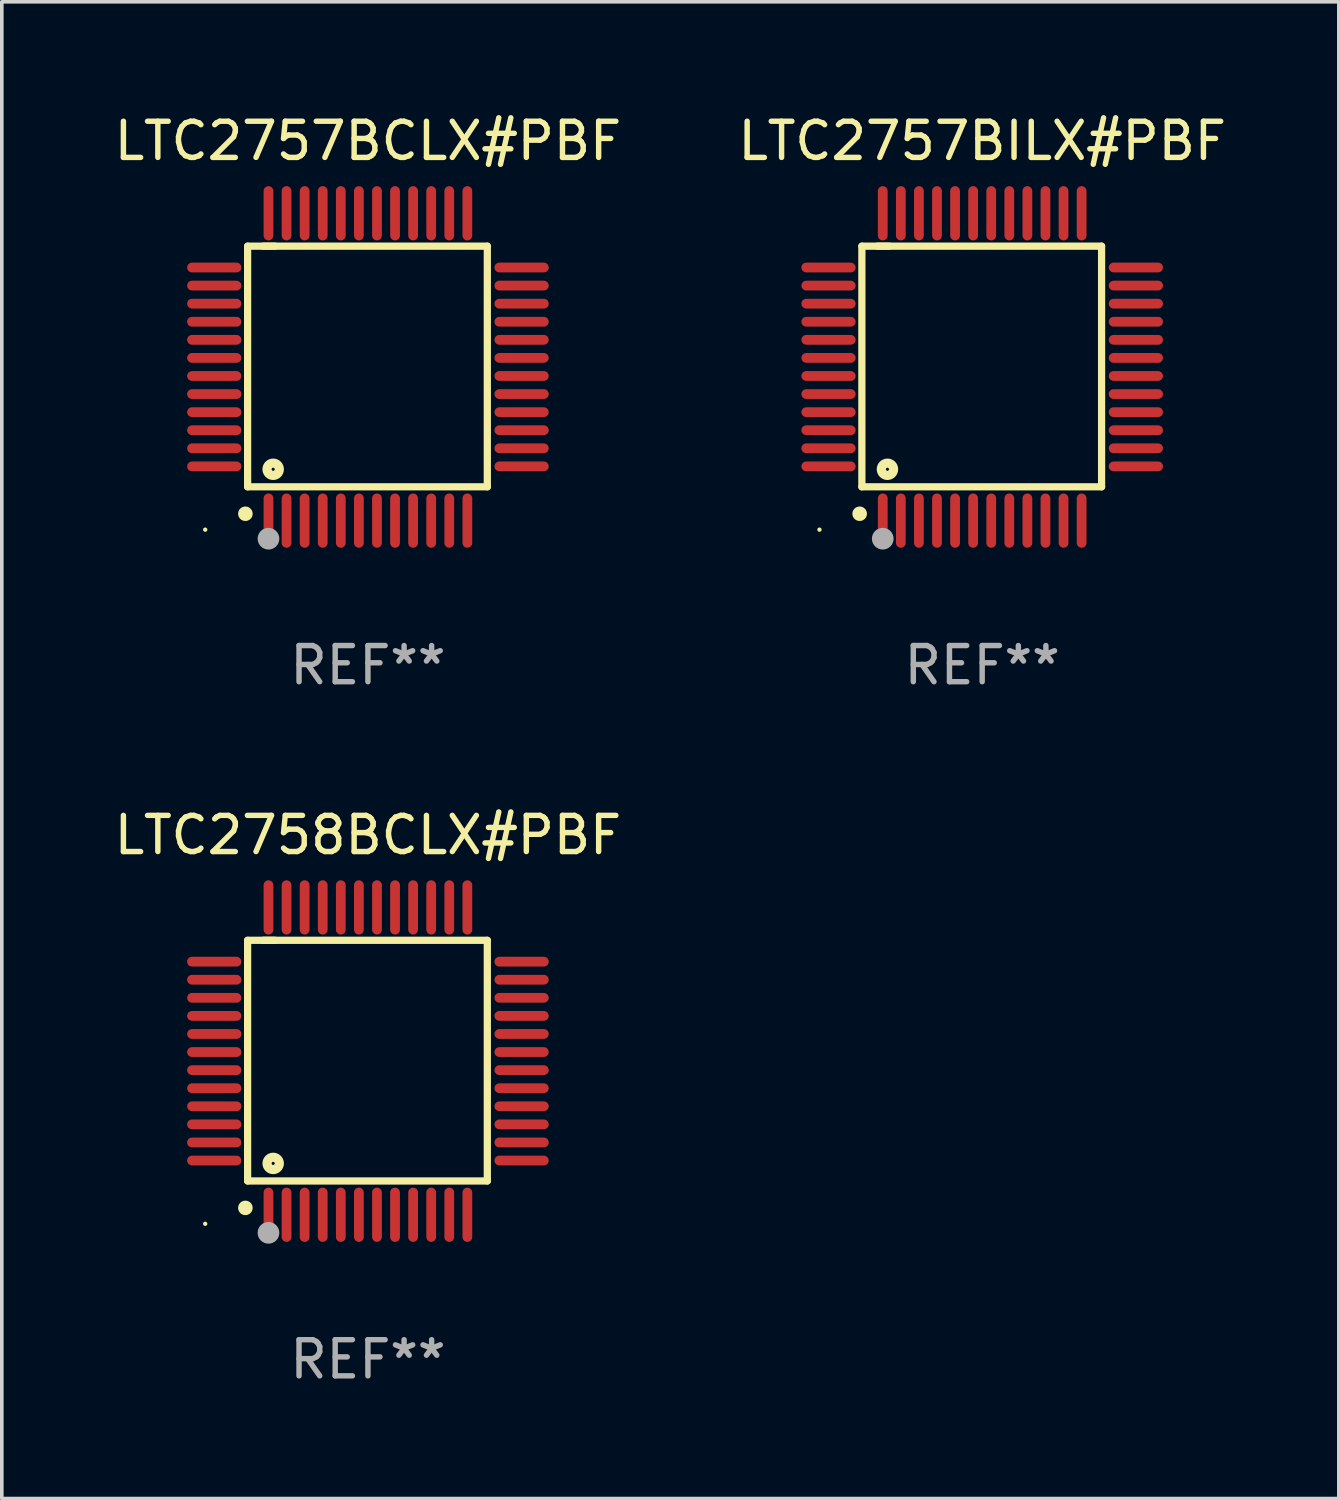
<source format=kicad_pcb>
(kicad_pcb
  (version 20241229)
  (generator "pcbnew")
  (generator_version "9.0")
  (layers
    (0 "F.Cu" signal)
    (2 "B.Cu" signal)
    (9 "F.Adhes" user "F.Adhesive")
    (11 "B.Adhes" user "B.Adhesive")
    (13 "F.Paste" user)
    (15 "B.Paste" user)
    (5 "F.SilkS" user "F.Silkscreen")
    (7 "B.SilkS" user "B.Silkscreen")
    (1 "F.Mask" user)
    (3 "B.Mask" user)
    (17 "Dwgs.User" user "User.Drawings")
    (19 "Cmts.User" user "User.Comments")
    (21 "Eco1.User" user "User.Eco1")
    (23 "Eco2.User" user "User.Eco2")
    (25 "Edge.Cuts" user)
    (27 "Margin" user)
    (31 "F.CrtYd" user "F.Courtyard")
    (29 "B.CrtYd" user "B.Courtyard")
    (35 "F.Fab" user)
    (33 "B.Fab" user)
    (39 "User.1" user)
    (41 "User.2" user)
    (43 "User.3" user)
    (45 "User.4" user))
  (footprint "LTC2758BCLX#PBF"
    (layer "F.Cu")
    (at 7.125 26.295)
    (property "Reference" "LTC2758BCLX#PBF" (at 0 -6.25 0) (layer "F.SilkS") (effects (font (size 1 1) (thickness 0.15))))
    (attr through_hole)
    (fp_line (start -3.327 -3.34) (end -2.565 -3.34) (stroke (width 0.2) (type solid)) (layer "F.SilkS"))
    (fp_line (start -3.327 3.315) (end -3.327 -3.34) (stroke (width 0.2) (type solid)) (layer "F.SilkS"))
    (fp_line (start -2.896 -3.34) (end 3.302 -3.34) (stroke (width 0.2) (type solid)) (layer "F.SilkS"))
    (fp_line (start 3.302 -3.34) (end 3.302 3.315) (stroke (width 0.2) (type solid)) (layer "F.SilkS"))
    (fp_line (start 3.302 3.315) (end -3.327 3.315) (stroke (width 0.2) (type solid)) (layer "F.SilkS"))
    (fp_arc (start -3.389992 4.059995) (mid -3.388722 4.059991) (end -3.387452 4.059995) (stroke (width 0.4) (type solid)) (layer "F.SilkS"))
    (fp_circle (center -4.5 4.5) (end -4.47 4.5) (stroke (width 0.06) (type solid)) (fill no) (layer "F.SilkS"))
    (fp_circle (center -2.62 2.83) (end -2.45 2.83) (stroke (width 0.254) (type solid)) (fill no) (layer "F.SilkS"))
    (fp_circle (center -2.75 4.75) (end -2.6 4.75) (stroke (width 0.3) (type solid)) (fill no) (layer "F.Fab"))
    (fp_text user "REF**" (at 0 8.25 0) (layer "F.Fab") (effects (font (size 1 1) (thickness 0.15))))
    (pad "1" smd oval (at -2.75 4.25) (size 0.27 1.5) (layers "F.Cu" "F.Mask" "F.Paste"))
    (pad "2" smd oval (at -2.25 4.25) (size 0.27 1.5) (layers "F.Cu" "F.Mask" "F.Paste"))
    (pad "3" smd oval (at -1.75 4.25) (size 0.27 1.5) (layers "F.Cu" "F.Mask" "F.Paste"))
    (pad "4" smd oval (at -1.25 4.25) (size 0.27 1.5) (layers "F.Cu" "F.Mask" "F.Paste"))
    (pad "5" smd oval (at -0.75 4.25) (size 0.27 1.5) (layers "F.Cu" "F.Mask" "F.Paste"))
    (pad "6" smd oval (at -0.25 4.25) (size 0.27 1.5) (layers "F.Cu" "F.Mask" "F.Paste"))
    (pad "7" smd oval (at 0.25 4.25) (size 0.27 1.5) (layers "F.Cu" "F.Mask" "F.Paste"))
    (pad "8" smd oval (at 0.75 4.25) (size 0.27 1.5) (layers "F.Cu" "F.Mask" "F.Paste"))
    (pad "9" smd oval (at 1.25 4.25) (size 0.27 1.5) (layers "F.Cu" "F.Mask" "F.Paste"))
    (pad "10" smd oval (at 1.75 4.25) (size 0.27 1.5) (layers "F.Cu" "F.Mask" "F.Paste"))
    (pad "11" smd oval (at 2.25 4.25) (size 0.27 1.5) (layers "F.Cu" "F.Mask" "F.Paste"))
    (pad "12" smd oval (at 2.75 4.25) (size 0.27 1.5) (layers "F.Cu" "F.Mask" "F.Paste"))
    (pad "13" smd oval (at 4.25 2.75) (size 1.5 0.27) (layers "F.Cu" "F.Mask" "F.Paste"))
    (pad "14" smd oval (at 4.25 2.25) (size 1.5 0.27) (layers "F.Cu" "F.Mask" "F.Paste"))
    (pad "15" smd oval (at 4.25 1.75) (size 1.5 0.27) (layers "F.Cu" "F.Mask" "F.Paste"))
    (pad "16" smd oval (at 4.25 1.25) (size 1.5 0.27) (layers "F.Cu" "F.Mask" "F.Paste"))
    (pad "17" smd oval (at 4.25 0.75) (size 1.5 0.27) (layers "F.Cu" "F.Mask" "F.Paste"))
    (pad "18" smd oval (at 4.25 0.25) (size 1.5 0.27) (layers "F.Cu" "F.Mask" "F.Paste"))
    (pad "19" smd oval (at 4.25 -0.25) (size 1.5 0.27) (layers "F.Cu" "F.Mask" "F.Paste"))
    (pad "20" smd oval (at 4.25 -0.75) (size 1.5 0.27) (layers "F.Cu" "F.Mask" "F.Paste"))
    (pad "21" smd oval (at 4.25 -1.25) (size 1.5 0.27) (layers "F.Cu" "F.Mask" "F.Paste"))
    (pad "22" smd oval (at 4.25 -1.75) (size 1.5 0.27) (layers "F.Cu" "F.Mask" "F.Paste"))
    (pad "23" smd oval (at 4.25 -2.25) (size 1.5 0.27) (layers "F.Cu" "F.Mask" "F.Paste"))
    (pad "24" smd oval (at 4.25 -2.75) (size 1.5 0.27) (layers "F.Cu" "F.Mask" "F.Paste"))
    (pad "25" smd oval (at 2.75 -4.25) (size 0.27 1.5) (layers "F.Cu" "F.Mask" "F.Paste"))
    (pad "26" smd oval (at 2.25 -4.25) (size 0.27 1.5) (layers "F.Cu" "F.Mask" "F.Paste"))
    (pad "27" smd oval (at 1.75 -4.25) (size 0.27 1.5) (layers "F.Cu" "F.Mask" "F.Paste"))
    (pad "28" smd oval (at 1.25 -4.25) (size 0.27 1.5) (layers "F.Cu" "F.Mask" "F.Paste"))
    (pad "29" smd oval (at 0.75 -4.25) (size 0.27 1.5) (layers "F.Cu" "F.Mask" "F.Paste"))
    (pad "30" smd oval (at 0.25 -4.25) (size 0.27 1.5) (layers "F.Cu" "F.Mask" "F.Paste"))
    (pad "31" smd oval (at -0.25 -4.25) (size 0.27 1.5) (layers "F.Cu" "F.Mask" "F.Paste"))
    (pad "32" smd oval (at -0.75 -4.25) (size 0.27 1.5) (layers "F.Cu" "F.Mask" "F.Paste"))
    (pad "33" smd oval (at -1.25 -4.25) (size 0.27 1.5) (layers "F.Cu" "F.Mask" "F.Paste"))
    (pad "34" smd oval (at -1.75 -4.25) (size 0.27 1.5) (layers "F.Cu" "F.Mask" "F.Paste"))
    (pad "35" smd oval (at -2.25 -4.25) (size 0.27 1.5) (layers "F.Cu" "F.Mask" "F.Paste"))
    (pad "36" smd oval (at -2.75 -4.25) (size 0.27 1.5) (layers "F.Cu" "F.Mask" "F.Paste"))
    (pad "37" smd oval (at -4.25 -2.75) (size 1.5 0.27) (layers "F.Cu" "F.Mask" "F.Paste"))
    (pad "38" smd oval (at -4.25 -2.25) (size 1.5 0.27) (layers "F.Cu" "F.Mask" "F.Paste"))
    (pad "39" smd oval (at -4.25 -1.75) (size 1.5 0.27) (layers "F.Cu" "F.Mask" "F.Paste"))
    (pad "40" smd oval (at -4.25 -1.25) (size 1.5 0.27) (layers "F.Cu" "F.Mask" "F.Paste"))
    (pad "41" smd oval (at -4.25 -0.75) (size 1.5 0.27) (layers "F.Cu" "F.Mask" "F.Paste"))
    (pad "42" smd oval (at -4.25 -0.25) (size 1.5 0.27) (layers "F.Cu" "F.Mask" "F.Paste"))
    (pad "43" smd oval (at -4.25 0.25) (size 1.5 0.27) (layers "F.Cu" "F.Mask" "F.Paste"))
    (pad "44" smd oval (at -4.25 0.75) (size 1.5 0.27) (layers "F.Cu" "F.Mask" "F.Paste"))
    (pad "45" smd oval (at -4.25 1.25) (size 1.5 0.27) (layers "F.Cu" "F.Mask" "F.Paste"))
    (pad "46" smd oval (at -4.25 1.75) (size 1.5 0.27) (layers "F.Cu" "F.Mask" "F.Paste"))
    (pad "47" smd oval (at -4.25 2.25) (size 1.5 0.27) (layers "F.Cu" "F.Mask" "F.Paste"))
    (pad "48" smd oval (at -4.25 2.75) (size 1.5 0.27) (layers "F.Cu" "F.Mask" "F.Paste")))
  (footprint "LTC2757BILX#PBF"
    (layer "F.Cu")
    (at 24.113 7.098)
    (property "Reference" "LTC2757BILX#PBF" (at 0 -6.25 0) (layer "F.SilkS") (effects (font (size 1 1) (thickness 0.15))))
    (attr through_hole)
    (fp_line (start -3.327 -3.34) (end -2.565 -3.34) (stroke (width 0.2) (type solid)) (layer "F.SilkS"))
    (fp_line (start -3.327 3.315) (end -3.327 -3.34) (stroke (width 0.2) (type solid)) (layer "F.SilkS"))
    (fp_line (start -2.896 -3.34) (end 3.302 -3.34) (stroke (width 0.2) (type solid)) (layer "F.SilkS"))
    (fp_line (start 3.302 -3.34) (end 3.302 3.315) (stroke (width 0.2) (type solid)) (layer "F.SilkS"))
    (fp_line (start 3.302 3.315) (end -3.327 3.315) (stroke (width 0.2) (type solid)) (layer "F.SilkS"))
    (fp_arc (start -3.389992 4.059995) (mid -3.388722 4.059991) (end -3.387452 4.059995) (stroke (width 0.4) (type solid)) (layer "F.SilkS"))
    (fp_circle (center -4.5 4.5) (end -4.47 4.5) (stroke (width 0.06) (type solid)) (fill no) (layer "F.SilkS"))
    (fp_circle (center -2.62 2.83) (end -2.45 2.83) (stroke (width 0.254) (type solid)) (fill no) (layer "F.SilkS"))
    (fp_circle (center -2.75 4.75) (end -2.6 4.75) (stroke (width 0.3) (type solid)) (fill no) (layer "F.Fab"))
    (fp_text user "REF**" (at 0 8.25 0) (layer "F.Fab") (effects (font (size 1 1) (thickness 0.15))))
    (pad "1" smd oval (at -2.75 4.25) (size 0.27 1.5) (layers "F.Cu" "F.Mask" "F.Paste"))
    (pad "2" smd oval (at -2.25 4.25) (size 0.27 1.5) (layers "F.Cu" "F.Mask" "F.Paste"))
    (pad "3" smd oval (at -1.75 4.25) (size 0.27 1.5) (layers "F.Cu" "F.Mask" "F.Paste"))
    (pad "4" smd oval (at -1.25 4.25) (size 0.27 1.5) (layers "F.Cu" "F.Mask" "F.Paste"))
    (pad "5" smd oval (at -0.75 4.25) (size 0.27 1.5) (layers "F.Cu" "F.Mask" "F.Paste"))
    (pad "6" smd oval (at -0.25 4.25) (size 0.27 1.5) (layers "F.Cu" "F.Mask" "F.Paste"))
    (pad "7" smd oval (at 0.25 4.25) (size 0.27 1.5) (layers "F.Cu" "F.Mask" "F.Paste"))
    (pad "8" smd oval (at 0.75 4.25) (size 0.27 1.5) (layers "F.Cu" "F.Mask" "F.Paste"))
    (pad "9" smd oval (at 1.25 4.25) (size 0.27 1.5) (layers "F.Cu" "F.Mask" "F.Paste"))
    (pad "10" smd oval (at 1.75 4.25) (size 0.27 1.5) (layers "F.Cu" "F.Mask" "F.Paste"))
    (pad "11" smd oval (at 2.25 4.25) (size 0.27 1.5) (layers "F.Cu" "F.Mask" "F.Paste"))
    (pad "12" smd oval (at 2.75 4.25) (size 0.27 1.5) (layers "F.Cu" "F.Mask" "F.Paste"))
    (pad "13" smd oval (at 4.25 2.75) (size 1.5 0.27) (layers "F.Cu" "F.Mask" "F.Paste"))
    (pad "14" smd oval (at 4.25 2.25) (size 1.5 0.27) (layers "F.Cu" "F.Mask" "F.Paste"))
    (pad "15" smd oval (at 4.25 1.75) (size 1.5 0.27) (layers "F.Cu" "F.Mask" "F.Paste"))
    (pad "16" smd oval (at 4.25 1.25) (size 1.5 0.27) (layers "F.Cu" "F.Mask" "F.Paste"))
    (pad "17" smd oval (at 4.25 0.75) (size 1.5 0.27) (layers "F.Cu" "F.Mask" "F.Paste"))
    (pad "18" smd oval (at 4.25 0.25) (size 1.5 0.27) (layers "F.Cu" "F.Mask" "F.Paste"))
    (pad "19" smd oval (at 4.25 -0.25) (size 1.5 0.27) (layers "F.Cu" "F.Mask" "F.Paste"))
    (pad "20" smd oval (at 4.25 -0.75) (size 1.5 0.27) (layers "F.Cu" "F.Mask" "F.Paste"))
    (pad "21" smd oval (at 4.25 -1.25) (size 1.5 0.27) (layers "F.Cu" "F.Mask" "F.Paste"))
    (pad "22" smd oval (at 4.25 -1.75) (size 1.5 0.27) (layers "F.Cu" "F.Mask" "F.Paste"))
    (pad "23" smd oval (at 4.25 -2.25) (size 1.5 0.27) (layers "F.Cu" "F.Mask" "F.Paste"))
    (pad "24" smd oval (at 4.25 -2.75) (size 1.5 0.27) (layers "F.Cu" "F.Mask" "F.Paste"))
    (pad "25" smd oval (at 2.75 -4.25) (size 0.27 1.5) (layers "F.Cu" "F.Mask" "F.Paste"))
    (pad "26" smd oval (at 2.25 -4.25) (size 0.27 1.5) (layers "F.Cu" "F.Mask" "F.Paste"))
    (pad "27" smd oval (at 1.75 -4.25) (size 0.27 1.5) (layers "F.Cu" "F.Mask" "F.Paste"))
    (pad "28" smd oval (at 1.25 -4.25) (size 0.27 1.5) (layers "F.Cu" "F.Mask" "F.Paste"))
    (pad "29" smd oval (at 0.75 -4.25) (size 0.27 1.5) (layers "F.Cu" "F.Mask" "F.Paste"))
    (pad "30" smd oval (at 0.25 -4.25) (size 0.27 1.5) (layers "F.Cu" "F.Mask" "F.Paste"))
    (pad "31" smd oval (at -0.25 -4.25) (size 0.27 1.5) (layers "F.Cu" "F.Mask" "F.Paste"))
    (pad "32" smd oval (at -0.75 -4.25) (size 0.27 1.5) (layers "F.Cu" "F.Mask" "F.Paste"))
    (pad "33" smd oval (at -1.25 -4.25) (size 0.27 1.5) (layers "F.Cu" "F.Mask" "F.Paste"))
    (pad "34" smd oval (at -1.75 -4.25) (size 0.27 1.5) (layers "F.Cu" "F.Mask" "F.Paste"))
    (pad "35" smd oval (at -2.25 -4.25) (size 0.27 1.5) (layers "F.Cu" "F.Mask" "F.Paste"))
    (pad "36" smd oval (at -2.75 -4.25) (size 0.27 1.5) (layers "F.Cu" "F.Mask" "F.Paste"))
    (pad "37" smd oval (at -4.25 -2.75) (size 1.5 0.27) (layers "F.Cu" "F.Mask" "F.Paste"))
    (pad "38" smd oval (at -4.25 -2.25) (size 1.5 0.27) (layers "F.Cu" "F.Mask" "F.Paste"))
    (pad "39" smd oval (at -4.25 -1.75) (size 1.5 0.27) (layers "F.Cu" "F.Mask" "F.Paste"))
    (pad "40" smd oval (at -4.25 -1.25) (size 1.5 0.27) (layers "F.Cu" "F.Mask" "F.Paste"))
    (pad "41" smd oval (at -4.25 -0.75) (size 1.5 0.27) (layers "F.Cu" "F.Mask" "F.Paste"))
    (pad "42" smd oval (at -4.25 -0.25) (size 1.5 0.27) (layers "F.Cu" "F.Mask" "F.Paste"))
    (pad "43" smd oval (at -4.25 0.25) (size 1.5 0.27) (layers "F.Cu" "F.Mask" "F.Paste"))
    (pad "44" smd oval (at -4.25 0.75) (size 1.5 0.27) (layers "F.Cu" "F.Mask" "F.Paste"))
    (pad "45" smd oval (at -4.25 1.25) (size 1.5 0.27) (layers "F.Cu" "F.Mask" "F.Paste"))
    (pad "46" smd oval (at -4.25 1.75) (size 1.5 0.27) (layers "F.Cu" "F.Mask" "F.Paste"))
    (pad "47" smd oval (at -4.25 2.25) (size 1.5 0.27) (layers "F.Cu" "F.Mask" "F.Paste"))
    (pad "48" smd oval (at -4.25 2.75) (size 1.5 0.27) (layers "F.Cu" "F.Mask" "F.Paste")))
  (footprint "LTC2757BCLX#PBF"
    (layer "F.Cu")
    (at 7.125 7.098)
    (property "Reference" "LTC2757BCLX#PBF" (at 0 -6.25 0) (layer "F.SilkS") (effects (font (size 1 1) (thickness 0.15))))
    (attr through_hole)
    (fp_line (start -3.327 -3.34) (end -2.565 -3.34) (stroke (width 0.2) (type solid)) (layer "F.SilkS"))
    (fp_line (start -3.327 3.315) (end -3.327 -3.34) (stroke (width 0.2) (type solid)) (layer "F.SilkS"))
    (fp_line (start -2.896 -3.34) (end 3.302 -3.34) (stroke (width 0.2) (type solid)) (layer "F.SilkS"))
    (fp_line (start 3.302 -3.34) (end 3.302 3.315) (stroke (width 0.2) (type solid)) (layer "F.SilkS"))
    (fp_line (start 3.302 3.315) (end -3.327 3.315) (stroke (width 0.2) (type solid)) (layer "F.SilkS"))
    (fp_arc (start -3.389992 4.059995) (mid -3.388722 4.059991) (end -3.387452 4.059995) (stroke (width 0.4) (type solid)) (layer "F.SilkS"))
    (fp_circle (center -4.5 4.5) (end -4.47 4.5) (stroke (width 0.06) (type solid)) (fill no) (layer "F.SilkS"))
    (fp_circle (center -2.62 2.83) (end -2.45 2.83) (stroke (width 0.254) (type solid)) (fill no) (layer "F.SilkS"))
    (fp_circle (center -2.75 4.75) (end -2.6 4.75) (stroke (width 0.3) (type solid)) (fill no) (layer "F.Fab"))
    (fp_text user "REF**" (at 0 8.25 0) (layer "F.Fab") (effects (font (size 1 1) (thickness 0.15))))
    (pad "1" smd oval (at -2.75 4.25) (size 0.27 1.5) (layers "F.Cu" "F.Mask" "F.Paste"))
    (pad "2" smd oval (at -2.25 4.25) (size 0.27 1.5) (layers "F.Cu" "F.Mask" "F.Paste"))
    (pad "3" smd oval (at -1.75 4.25) (size 0.27 1.5) (layers "F.Cu" "F.Mask" "F.Paste"))
    (pad "4" smd oval (at -1.25 4.25) (size 0.27 1.5) (layers "F.Cu" "F.Mask" "F.Paste"))
    (pad "5" smd oval (at -0.75 4.25) (size 0.27 1.5) (layers "F.Cu" "F.Mask" "F.Paste"))
    (pad "6" smd oval (at -0.25 4.25) (size 0.27 1.5) (layers "F.Cu" "F.Mask" "F.Paste"))
    (pad "7" smd oval (at 0.25 4.25) (size 0.27 1.5) (layers "F.Cu" "F.Mask" "F.Paste"))
    (pad "8" smd oval (at 0.75 4.25) (size 0.27 1.5) (layers "F.Cu" "F.Mask" "F.Paste"))
    (pad "9" smd oval (at 1.25 4.25) (size 0.27 1.5) (layers "F.Cu" "F.Mask" "F.Paste"))
    (pad "10" smd oval (at 1.75 4.25) (size 0.27 1.5) (layers "F.Cu" "F.Mask" "F.Paste"))
    (pad "11" smd oval (at 2.25 4.25) (size 0.27 1.5) (layers "F.Cu" "F.Mask" "F.Paste"))
    (pad "12" smd oval (at 2.75 4.25) (size 0.27 1.5) (layers "F.Cu" "F.Mask" "F.Paste"))
    (pad "13" smd oval (at 4.25 2.75) (size 1.5 0.27) (layers "F.Cu" "F.Mask" "F.Paste"))
    (pad "14" smd oval (at 4.25 2.25) (size 1.5 0.27) (layers "F.Cu" "F.Mask" "F.Paste"))
    (pad "15" smd oval (at 4.25 1.75) (size 1.5 0.27) (layers "F.Cu" "F.Mask" "F.Paste"))
    (pad "16" smd oval (at 4.25 1.25) (size 1.5 0.27) (layers "F.Cu" "F.Mask" "F.Paste"))
    (pad "17" smd oval (at 4.25 0.75) (size 1.5 0.27) (layers "F.Cu" "F.Mask" "F.Paste"))
    (pad "18" smd oval (at 4.25 0.25) (size 1.5 0.27) (layers "F.Cu" "F.Mask" "F.Paste"))
    (pad "19" smd oval (at 4.25 -0.25) (size 1.5 0.27) (layers "F.Cu" "F.Mask" "F.Paste"))
    (pad "20" smd oval (at 4.25 -0.75) (size 1.5 0.27) (layers "F.Cu" "F.Mask" "F.Paste"))
    (pad "21" smd oval (at 4.25 -1.25) (size 1.5 0.27) (layers "F.Cu" "F.Mask" "F.Paste"))
    (pad "22" smd oval (at 4.25 -1.75) (size 1.5 0.27) (layers "F.Cu" "F.Mask" "F.Paste"))
    (pad "23" smd oval (at 4.25 -2.25) (size 1.5 0.27) (layers "F.Cu" "F.Mask" "F.Paste"))
    (pad "24" smd oval (at 4.25 -2.75) (size 1.5 0.27) (layers "F.Cu" "F.Mask" "F.Paste"))
    (pad "25" smd oval (at 2.75 -4.25) (size 0.27 1.5) (layers "F.Cu" "F.Mask" "F.Paste"))
    (pad "26" smd oval (at 2.25 -4.25) (size 0.27 1.5) (layers "F.Cu" "F.Mask" "F.Paste"))
    (pad "27" smd oval (at 1.75 -4.25) (size 0.27 1.5) (layers "F.Cu" "F.Mask" "F.Paste"))
    (pad "28" smd oval (at 1.25 -4.25) (size 0.27 1.5) (layers "F.Cu" "F.Mask" "F.Paste"))
    (pad "29" smd oval (at 0.75 -4.25) (size 0.27 1.5) (layers "F.Cu" "F.Mask" "F.Paste"))
    (pad "30" smd oval (at 0.25 -4.25) (size 0.27 1.5) (layers "F.Cu" "F.Mask" "F.Paste"))
    (pad "31" smd oval (at -0.25 -4.25) (size 0.27 1.5) (layers "F.Cu" "F.Mask" "F.Paste"))
    (pad "32" smd oval (at -0.75 -4.25) (size 0.27 1.5) (layers "F.Cu" "F.Mask" "F.Paste"))
    (pad "33" smd oval (at -1.25 -4.25) (size 0.27 1.5) (layers "F.Cu" "F.Mask" "F.Paste"))
    (pad "34" smd oval (at -1.75 -4.25) (size 0.27 1.5) (layers "F.Cu" "F.Mask" "F.Paste"))
    (pad "35" smd oval (at -2.25 -4.25) (size 0.27 1.5) (layers "F.Cu" "F.Mask" "F.Paste"))
    (pad "36" smd oval (at -2.75 -4.25) (size 0.27 1.5) (layers "F.Cu" "F.Mask" "F.Paste"))
    (pad "37" smd oval (at -4.25 -2.75) (size 1.5 0.27) (layers "F.Cu" "F.Mask" "F.Paste"))
    (pad "38" smd oval (at -4.25 -2.25) (size 1.5 0.27) (layers "F.Cu" "F.Mask" "F.Paste"))
    (pad "39" smd oval (at -4.25 -1.75) (size 1.5 0.27) (layers "F.Cu" "F.Mask" "F.Paste"))
    (pad "40" smd oval (at -4.25 -1.25) (size 1.5 0.27) (layers "F.Cu" "F.Mask" "F.Paste"))
    (pad "41" smd oval (at -4.25 -0.75) (size 1.5 0.27) (layers "F.Cu" "F.Mask" "F.Paste"))
    (pad "42" smd oval (at -4.25 -0.25) (size 1.5 0.27) (layers "F.Cu" "F.Mask" "F.Paste"))
    (pad "43" smd oval (at -4.25 0.25) (size 1.5 0.27) (layers "F.Cu" "F.Mask" "F.Paste"))
    (pad "44" smd oval (at -4.25 0.75) (size 1.5 0.27) (layers "F.Cu" "F.Mask" "F.Paste"))
    (pad "45" smd oval (at -4.25 1.25) (size 1.5 0.27) (layers "F.Cu" "F.Mask" "F.Paste"))
    (pad "46" smd oval (at -4.25 1.75) (size 1.5 0.27) (layers "F.Cu" "F.Mask" "F.Paste"))
    (pad "47" smd oval (at -4.25 2.25) (size 1.5 0.27) (layers "F.Cu" "F.Mask" "F.Paste"))
    (pad "48" smd oval (at -4.25 2.75) (size 1.5 0.27) (layers "F.Cu" "F.Mask" "F.Paste")))
  (gr_rect
    (start -3 -3)
    (end 33.976 38.393)
    (stroke (width 0.1) (type default))
    (fill no)
    (layer "Edge.Cuts")))
</source>
